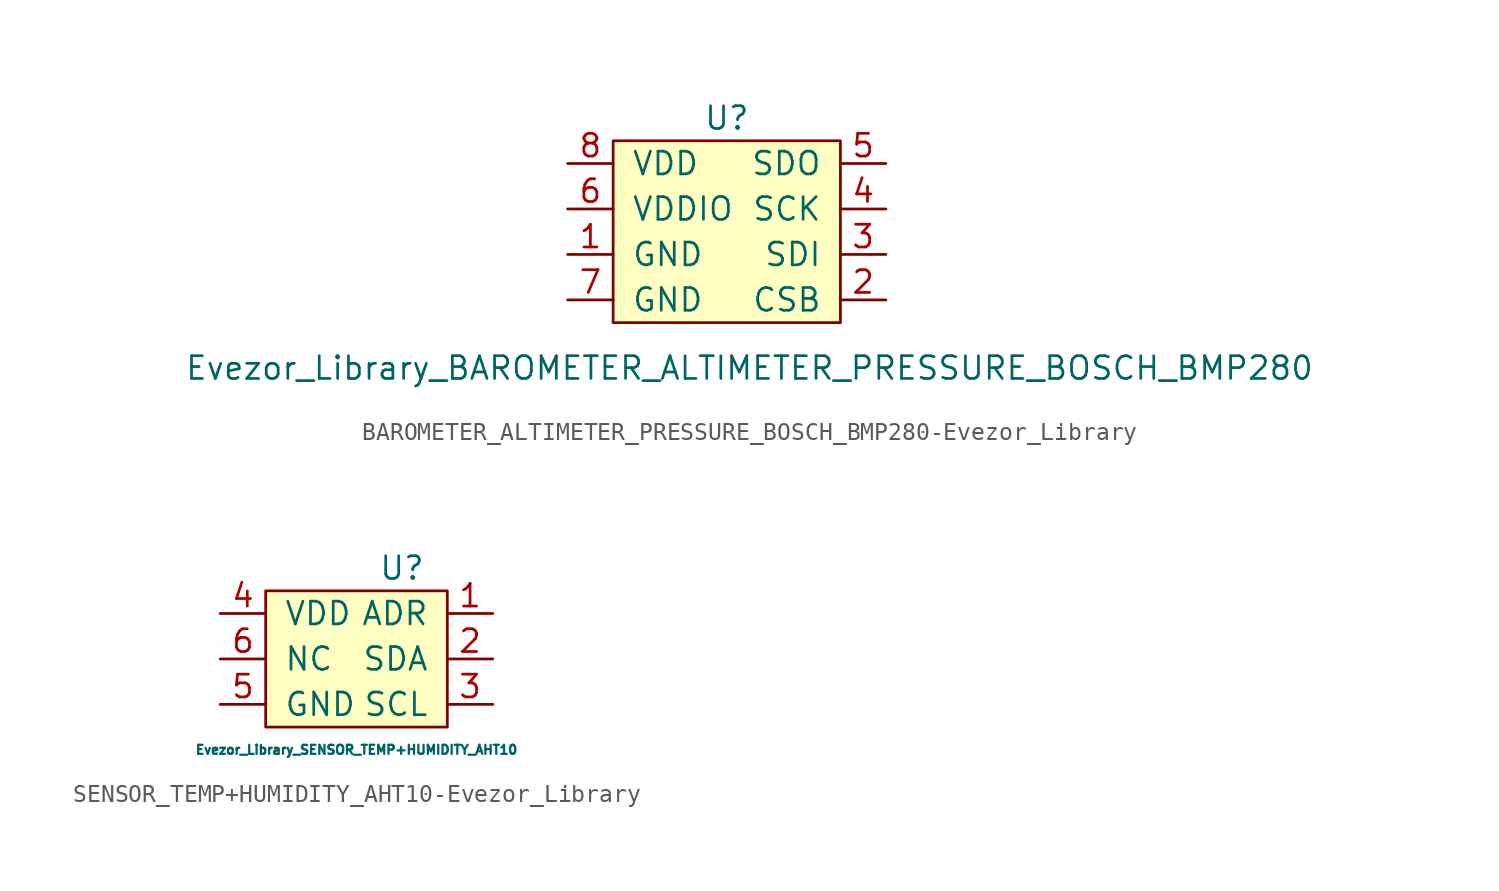
<source format=kicad_sym>
(kicad_symbol_lib
  (version 20220914)
  (generator kicad_symbol_editor)
  (symbol "BAROMETER_ALTIMETER_PRESSURE_BOSCH_BMP280-Evezor_Library"
    (pin_names
      (offset 1.016))
    (property "Reference" "U"
      (at 0 6.35 0)
      (effects (font (size 1.27 1.27))))
    (property "Value" "Evezor_Library_BAROMETER_ALTIMETER_PRESSURE_BOSCH_BMP280"
      (at 1.27 -7.62 0)
      (effects (font (size 1.27 1.27))))
    (symbol "BAROMETER_ALTIMETER_PRESSURE_BOSCH_BMP280-Evezor_Library_0_1"
      (rectangle (start -6.35 5.08) (end 6.35 -5.08) (stroke (width 0) (type solid)) (fill (type background))))
    (symbol "BAROMETER_ALTIMETER_PRESSURE_BOSCH_BMP280-Evezor_Library_1_1"
      (pin passive line (at -8.89 -1.27 0) (length 2.54) (name "GND" (effects (font (size 1.27 1.27)))) (number "1" (effects (font (size 1.27 1.27)))))
      (pin passive line (at 8.89 -3.81 180) (length 2.54) (name "CSB" (effects (font (size 1.27 1.27)))) (number "2" (effects (font (size 1.27 1.27)))))
      (pin passive line (at 8.89 -1.27 180) (length 2.54) (name "SDI" (effects (font (size 1.27 1.27)))) (number "3" (effects (font (size 1.27 1.27)))))
      (pin passive line (at 8.89 1.27 180) (length 2.54) (name "SCK" (effects (font (size 1.27 1.27)))) (number "4" (effects (font (size 1.27 1.27)))))
      (pin passive line (at 8.89 3.81 180) (length 2.54) (name "SDO" (effects (font (size 1.27 1.27)))) (number "5" (effects (font (size 1.27 1.27)))))
      (pin passive line (at -8.89 1.27 0) (length 2.54) (name "VDDIO" (effects (font (size 1.27 1.27)))) (number "6" (effects (font (size 1.27 1.27)))))
      (pin passive line (at -8.89 -3.81 0) (length 2.54) (name "GND" (effects (font (size 1.27 1.27)))) (number "7" (effects (font (size 1.27 1.27)))))
      (pin passive line (at -8.89 3.81 0) (length 2.54) (name "VDD" (effects (font (size 1.27 1.27)))) (number "8" (effects (font (size 1.27 1.27)))))))
  (symbol "SENSOR_TEMP+HUMIDITY_AHT10-Evezor_Library"
    (pin_names
      (offset 1.016))
    (property "Reference" "U"
      (at 2.54 5.08 0)
      (effects (font (size 1.27 1.27))))
    (property "Value" "Evezor_Library_SENSOR_TEMP+HUMIDITY_AHT10"
      (at 0 -5.08 0)
      (effects (font (size 0.508 0.508))))
    (symbol "SENSOR_TEMP+HUMIDITY_AHT10-Evezor_Library_0_1"
      (rectangle (start -5.08 3.81) (end 5.08 -3.81) (stroke (width 0) (type solid)) (fill (type background))))
    (symbol "SENSOR_TEMP+HUMIDITY_AHT10-Evezor_Library_1_1"
      (pin passive line (at 7.62 2.54 180) (length 2.54) (name "ADR" (effects (font (size 1.27 1.27)))) (number "1" (effects (font (size 1.27 1.27)))))
      (pin passive line (at 7.62 0 180) (length 2.54) (name "SDA" (effects (font (size 1.27 1.27)))) (number "2" (effects (font (size 1.27 1.27)))))
      (pin passive line (at 7.62 -2.54 180) (length 2.54) (name "SCL" (effects (font (size 1.27 1.27)))) (number "3" (effects (font (size 1.27 1.27)))))
      (pin passive line (at -7.62 2.54 0) (length 2.54) (name "VDD" (effects (font (size 1.27 1.27)))) (number "4" (effects (font (size 1.27 1.27)))))
      (pin passive line (at -7.62 -2.54 0) (length 2.54) (name "GND" (effects (font (size 1.27 1.27)))) (number "5" (effects (font (size 1.27 1.27)))))
      (pin passive line (at -7.62 0 0) (length 2.54) (name "NC" (effects (font (size 1.27 1.27)))) (number "6" (effects (font (size 1.27 1.27))))))))
</source>
